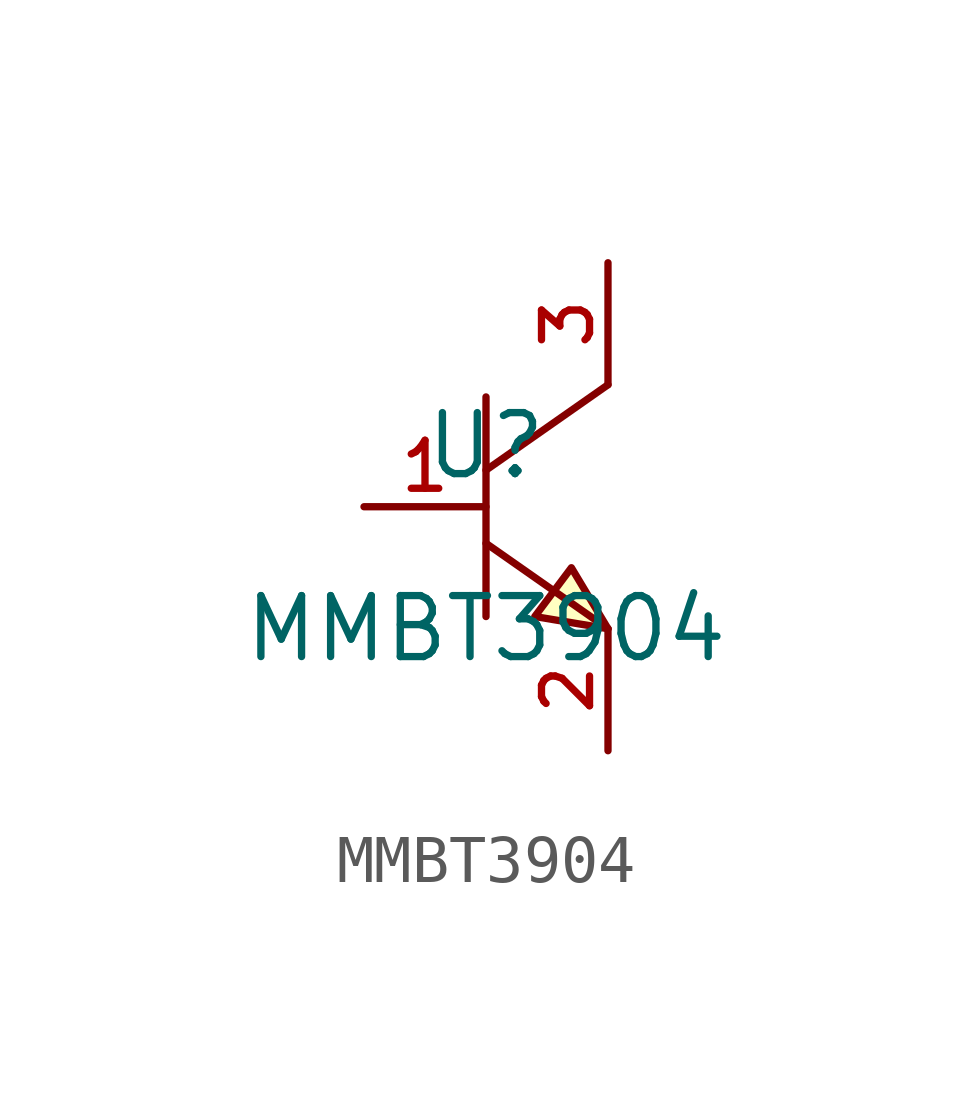
<source format=kicad_sym>
(kicad_symbol_lib
  (version 20210201)
  (generator TousstNicolas/JLC2KiCad_lib)
  (symbol "MMBT3904"
    (pin_names hide)
    (property "Reference" "U"
      (at 0 1.27 0)
      (effects (font (size 1.27 1.27))))
    (property "Value" "MMBT3904"
      (at 0 -2.54 0)
      (effects (font (size 1.27 1.27))))
    (symbol "MMBT3904_0_1"
      (pin unspecified line (at 2.54 5.08 270) (length 2.54) (name "C" (effects (font (size 1 1)))) (number "3" (effects (font (size 1 1)))))
      (pin unspecified line (at -2.54 -0.0 0) (length 2.54) (name "B" (effects (font (size 1 1)))) (number "1" (effects (font (size 1 1)))))
      (pin unspecified line (at 2.54 -5.08 90) (length 2.54) (name "E" (effects (font (size 1 1)))) (number "2" (effects (font (size 1 1)))))
      (polyline (pts (xy 2.54 2.54) (xy 0.0 0.762)) (stroke (width 0) (type default) (color 0 0 0 0)) (fill (type none)))
      (polyline (pts (xy 0.0 -0.762) (xy 2.54 -2.54)) (stroke (width 0) (type default) (color 0 0 0 0)) (fill (type none)))
      (polyline (pts (xy 0.0 2.286) (xy 0.0 -2.286)) (stroke (width 0) (type default) (color 0 0 0 0)) (fill (type none)))
      (polyline (pts (xy 2.54 -2.54) (xy 1.778 -1.27) (xy 1.016 -2.286) (xy 2.54 -2.54)) (stroke (width 0) (type default) (color 0 0 0 0)) (fill (type background))))))
</source>
